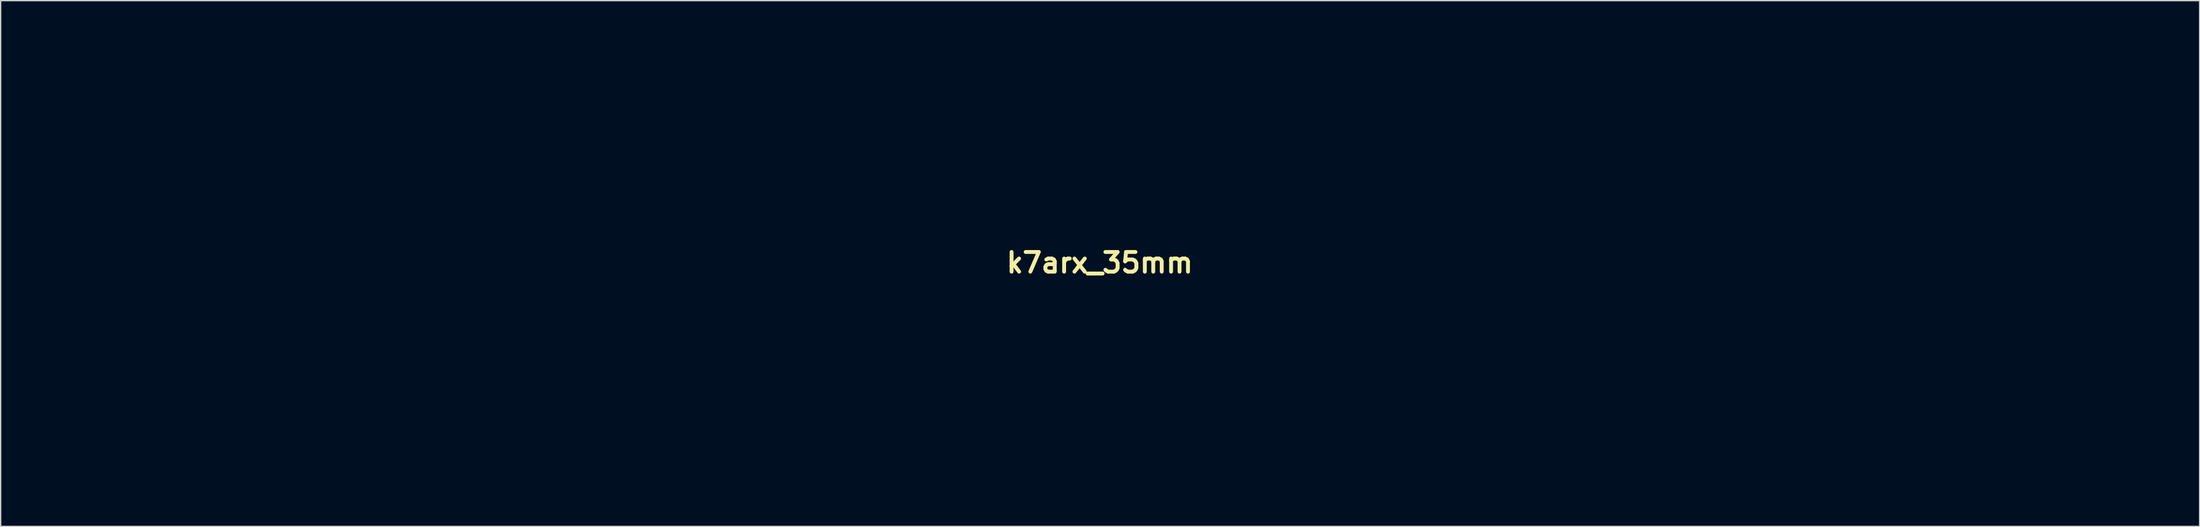
<source format=kicad_pcb>
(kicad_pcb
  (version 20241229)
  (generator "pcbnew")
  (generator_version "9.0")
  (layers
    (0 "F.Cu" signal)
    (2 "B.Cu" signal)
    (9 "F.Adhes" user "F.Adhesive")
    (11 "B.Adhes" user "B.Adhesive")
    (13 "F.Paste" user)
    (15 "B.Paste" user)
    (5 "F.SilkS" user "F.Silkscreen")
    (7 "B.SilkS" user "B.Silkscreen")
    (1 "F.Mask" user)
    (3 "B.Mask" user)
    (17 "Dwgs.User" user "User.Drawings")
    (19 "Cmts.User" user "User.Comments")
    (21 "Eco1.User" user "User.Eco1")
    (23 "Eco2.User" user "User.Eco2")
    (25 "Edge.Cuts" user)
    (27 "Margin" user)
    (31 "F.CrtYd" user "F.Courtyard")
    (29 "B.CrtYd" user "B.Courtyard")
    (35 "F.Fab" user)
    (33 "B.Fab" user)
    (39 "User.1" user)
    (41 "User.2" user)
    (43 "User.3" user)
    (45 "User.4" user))
  (footprint "k7arx_35mm"
    (layer "F.Cu")
    (at 82.01 17.307)
    (property "Reference" "k7arx_35mm" (at 0 0 0) (layer "F.SilkS") (effects (font (size 1.524 1.524) (thickness 0.3))))
    (attr through_hole)
    (fp_poly (pts (xy -44.886 -17) (xy -44.747 -16.991) (xy -44.555 -16.978) (xy -44.317 -16.959) (xy -44.043 -16.937) (xy -43.741 -16.912) (xy -43.419 -16.884) (xy -43.205 -16.865) (xy -42.537 -16.807) (xy -41.918 -16.755) (xy -41.339 -16.709) (xy -40.792 -16.67) (xy -40.268 -16.635) (xy -39.757 -16.606) (xy -39.252 -16.581) (xy -38.743 -16.561) (xy -38.221 -16.545) (xy -37.679 -16.532) (xy -37.106 -16.523) (xy -36.494 -16.517) (xy -35.835 -16.513) (xy -35.12 -16.511) (xy -34.706 -16.511) (xy -33.869 -16.512) (xy -33.094 -16.516) (xy -32.371 -16.523) (xy -31.692 -16.534) (xy -31.048 -16.547) (xy -30.431 -16.565) (xy -29.832 -16.587) (xy -29.243 -16.613) (xy -28.654 -16.644) (xy -28.057 -16.679) (xy -27.444 -16.72) (xy -26.876 -16.761) (xy -26.566 -16.784) (xy -26.276 -16.803) (xy -26.014 -16.82) (xy -25.787 -16.833) (xy -25.604 -16.841) (xy -25.472 -16.846) (xy -25.399 -16.845) (xy -25.389 -16.843) (xy -25.254 -16.772) (xy -25.107 -16.64) (xy -24.952 -16.451) (xy -24.794 -16.214) (xy -24.639 -15.933) (xy -24.622 -15.901) (xy -24.519 -15.679) (xy -24.414 -15.426) (xy -24.312 -15.153) (xy -24.215 -14.874) (xy -24.129 -14.601) (xy -24.058 -14.346) (xy -24.004 -14.121) (xy -23.972 -13.939) (xy -23.966 -13.844) (xy -23.975 -13.745) (xy -24.008 -13.643) (xy -24.069 -13.53) (xy -24.165 -13.398) (xy -24.3 -13.238) (xy -24.481 -13.04) (xy -24.513 -13.007) (xy -24.87 -12.628) (xy -25.189 -12.283) (xy -25.482 -11.959) (xy -25.763 -11.642) (xy -26.014 -11.353) (xy -27.015 -10.14) (xy -27.972 -8.883) (xy -28.883 -7.589) (xy -29.745 -6.263) (xy -30.554 -4.909) (xy -31.307 -3.534) (xy -32.002 -2.142) (xy -32.635 -0.739) (xy -33.204 0.671) (xy -33.562 1.662) (xy -33.95 2.845) (xy -34.288 4.009) (xy -34.579 5.167) (xy -34.827 6.334) (xy -35.034 7.522) (xy -35.204 8.747) (xy -35.325 9.866) (xy -35.34 10.07) (xy -35.353 10.327) (xy -35.365 10.628) (xy -35.374 10.964) (xy -35.382 11.326) (xy -35.387 11.704) (xy -35.39 12.09) (xy -35.391 12.473) (xy -35.389 12.844) (xy -35.386 13.195) (xy -35.38 13.515) (xy -35.371 13.796) (xy -35.361 14.028) (xy -35.348 14.203) (xy -35.343 14.239) (xy -35.299 14.555) (xy -35.243 14.892) (xy -35.177 15.233) (xy -35.107 15.56) (xy -35.035 15.854) (xy -34.965 16.097) (xy -34.964 16.103) (xy -34.889 16.366) (xy -34.839 16.605) (xy -34.821 16.758) (xy -34.815 16.9) (xy -34.821 16.995) (xy -34.842 17.066) (xy -34.883 17.136) (xy -34.887 17.141) (xy -34.974 17.241) (xy -35.078 17.326) (xy -35.091 17.334) (xy -35.112 17.346) (xy -35.136 17.356) (xy -35.167 17.365) (xy -35.208 17.373) (xy -35.264 17.38) (xy -35.34 17.386) (xy -35.439 17.391) (xy -35.566 17.395) (xy -35.725 17.399) (xy -35.92 17.401) (xy -36.156 17.404) (xy -36.436 17.406) (xy -36.765 17.407) (xy -37.147 17.408) (xy -37.586 17.409) (xy -38.086 17.41) (xy -38.652 17.411) (xy -38.677 17.411) (xy -39.166 17.412) (xy -39.636 17.412) (xy -40.083 17.411) (xy -40.502 17.41) (xy -40.888 17.409) (xy -41.235 17.407) (xy -41.54 17.404) (xy -41.797 17.402) (xy -42.002 17.399) (xy -42.149 17.396) (xy -42.233 17.392) (xy -42.251 17.39) (xy -42.419 17.318) (xy -42.577 17.196) (xy -42.705 17.043) (xy -42.785 16.877) (xy -42.787 16.871) (xy -42.806 16.753) (xy -42.818 16.566) (xy -42.821 16.311) (xy -42.817 15.99) (xy -42.805 15.604) (xy -42.788 15.202) (xy -42.684 13.737) (xy -42.513 12.253) (xy -42.277 10.751) (xy -41.973 9.232) (xy -41.604 7.697) (xy -41.17 6.147) (xy -40.67 4.583) (xy -40.105 3.006) (xy -39.475 1.417) (xy -38.781 -0.184) (xy -38.022 -1.795) (xy -37.2 -3.415) (xy -36.895 -3.988) (xy -36.427 -4.839) (xy -35.932 -5.703) (xy -35.417 -6.569) (xy -34.889 -7.427) (xy -34.355 -8.266) (xy -33.822 -9.074) (xy -33.296 -9.841) (xy -32.785 -10.557) (xy -32.645 -10.746) (xy -32.568 -10.855) (xy -32.515 -10.942) (xy -32.492 -10.993) (xy -32.493 -11) (xy -32.531 -11.004) (xy -32.634 -11.007) (xy -32.798 -11.01) (xy -33.016 -11.012) (xy -33.285 -11.015) (xy -33.599 -11.017) (xy -33.954 -11.018) (xy -34.345 -11.019) (xy -34.766 -11.02) (xy -35.213 -11.021) (xy -35.681 -11.021) (xy -36.165 -11.021) (xy -36.659 -11.02) (xy -37.161 -11.02) (xy -37.663 -11.019) (xy -38.162 -11.018) (xy -38.652 -11.016) (xy -39.128 -11.014) (xy -39.587 -11.012) (xy -40.022 -11.01) (xy -40.429 -11.007) (xy -40.802 -11.005) (xy -41.138 -11.002) (xy -41.431 -10.998) (xy -41.676 -10.995) (xy -41.868 -10.991) (xy -42.003 -10.988) (xy -42.053 -10.985) (xy -42.874 -10.913) (xy -43.646 -10.797) (xy -44.378 -10.637) (xy -45.078 -10.429) (xy -45.386 -10.32) (xy -45.541 -10.259) (xy -45.742 -10.174) (xy -45.972 -10.073) (xy -46.214 -9.964) (xy -46.45 -9.855) (xy -46.479 -9.841) (xy -46.778 -9.7) (xy -47.023 -9.587) (xy -47.221 -9.5) (xy -47.381 -9.435) (xy -47.51 -9.39) (xy -47.617 -9.362) (xy -47.71 -9.346) (xy -47.796 -9.341) (xy -47.805 -9.341) (xy -48.063 -9.366) (xy -48.286 -9.437) (xy -48.468 -9.548) (xy -48.602 -9.695) (xy -48.681 -9.872) (xy -48.701 -10.028) (xy -48.684 -10.223) (xy -48.635 -10.472) (xy -48.559 -10.768) (xy -48.456 -11.105) (xy -48.331 -11.477) (xy -48.185 -11.875) (xy -48.022 -12.295) (xy -47.845 -12.729) (xy -47.656 -13.169) (xy -47.458 -13.611) (xy -47.254 -14.046) (xy -47.047 -14.469) (xy -46.84 -14.871) (xy -46.636 -15.248) (xy -46.436 -15.591) (xy -46.245 -15.895) (xy -46.217 -15.937) (xy -46.005 -16.241) (xy -45.817 -16.486) (xy -45.645 -16.678) (xy -45.486 -16.82) (xy -45.332 -16.918) (xy -45.178 -16.977) (xy -45.019 -17.002) (xy -44.964 -17.003) (xy -44.886 -17)) (stroke (width 0.01) (type solid)) (fill yes) (layer "F.Mask"))
    (fp_poly (pts (xy -78.093 -16.741) (xy -77.672 -16.74) (xy -77.31 -16.74) (xy -77.003 -16.738) (xy -76.746 -16.736) (xy -76.533 -16.734) (xy -76.36 -16.73) (xy -76.221 -16.726) (xy -76.11 -16.72) (xy -76.024 -16.713) (xy -75.957 -16.705) (xy -75.904 -16.695) (xy -75.86 -16.684) (xy -75.844 -16.679) (xy -75.608 -16.579) (xy -75.42 -16.434) (xy -75.269 -16.235) (xy -75.22 -16.148) (xy -75.098 -15.908) (xy -75.102 -15.432) (xy -75.108 -15.219) (xy -75.12 -14.964) (xy -75.136 -14.696) (xy -75.157 -14.444) (xy -75.163 -14.379) (xy -75.2 -13.97) (xy -75.236 -13.528) (xy -75.27 -13.048) (xy -75.303 -12.525) (xy -75.336 -11.954) (xy -75.368 -11.331) (xy -75.4 -10.65) (xy -75.432 -9.907) (xy -75.448 -9.499) (xy -75.458 -9.236) (xy -75.468 -8.928) (xy -75.477 -8.583) (xy -75.487 -8.205) (xy -75.497 -7.801) (xy -75.506 -7.378) (xy -75.515 -6.942) (xy -75.524 -6.499) (xy -75.532 -6.055) (xy -75.539 -5.617) (xy -75.545 -5.19) (xy -75.551 -4.781) (xy -75.556 -4.397) (xy -75.559 -4.043) (xy -75.561 -3.725) (xy -75.563 -3.451) (xy -75.562 -3.226) (xy -75.56 -3.056) (xy -75.557 -2.948) (xy -75.556 -2.927) (xy -75.517 -2.699) (xy -75.448 -2.534) (xy -75.349 -2.431) (xy -75.22 -2.392) (xy -75.062 -2.416) (xy -74.876 -2.504) (xy -74.662 -2.655) (xy -74.661 -2.655) (xy -74.554 -2.744) (xy -74.403 -2.872) (xy -74.216 -3.034) (xy -74.001 -3.222) (xy -73.765 -3.429) (xy -73.517 -3.648) (xy -73.264 -3.873) (xy -73.015 -4.096) (xy -72.776 -4.31) (xy -72.557 -4.509) (xy -72.44 -4.616) (xy -71.891 -5.123) (xy -71.356 -5.623) (xy -70.831 -6.121) (xy -70.311 -6.62) (xy -69.793 -7.125) (xy -69.273 -7.64) (xy -68.747 -8.169) (xy -68.212 -8.716) (xy -67.662 -9.283) (xy -67.096 -9.877) (xy -66.508 -10.5) (xy -65.895 -11.157) (xy -65.253 -11.851) (xy -64.578 -12.586) (xy -63.866 -13.367) (xy -63.113 -14.197) (xy -63.044 -14.274) (xy -62.69 -14.666) (xy -62.378 -15.008) (xy -62.104 -15.306) (xy -61.864 -15.561) (xy -61.654 -15.778) (xy -61.47 -15.961) (xy -61.308 -16.113) (xy -61.163 -16.237) (xy -61.032 -16.338) (xy -60.91 -16.418) (xy -60.793 -16.481) (xy -60.677 -16.531) (xy -60.558 -16.572) (xy -60.432 -16.606) (xy -60.311 -16.634) (xy -60.261 -16.644) (xy -60.203 -16.652) (xy -60.132 -16.659) (xy -60.043 -16.666) (xy -59.931 -16.671) (xy -59.793 -16.675) (xy -59.624 -16.678) (xy -59.42 -16.681) (xy -59.176 -16.683) (xy -58.888 -16.684) (xy -58.551 -16.684) (xy -58.161 -16.684) (xy -57.713 -16.683) (xy -57.204 -16.682) (xy -56.73 -16.681) (xy -56.172 -16.679) (xy -55.679 -16.677) (xy -55.248 -16.676) (xy -54.874 -16.674) (xy -54.553 -16.672) (xy -54.28 -16.669) (xy -54.052 -16.666) (xy -53.864 -16.663) (xy -53.712 -16.659) (xy -53.591 -16.654) (xy -53.497 -16.648) (xy -53.426 -16.642) (xy -53.374 -16.635) (xy -53.337 -16.626) (xy -53.309 -16.617) (xy -53.291 -16.608) (xy -53.157 -16.498) (xy -53.072 -16.347) (xy -53.04 -16.169) (xy -53.063 -15.978) (xy -53.093 -15.891) (xy -53.132 -15.806) (xy -53.181 -15.72) (xy -53.245 -15.627) (xy -53.328 -15.523) (xy -53.435 -15.403) (xy -53.571 -15.262) (xy -53.74 -15.094) (xy -53.948 -14.895) (xy -54.198 -14.659) (xy -54.491 -14.386) (xy -55.417 -13.526) (xy -56.294 -12.709) (xy -57.128 -11.929) (xy -57.922 -11.185) (xy -58.681 -10.47) (xy -59.408 -9.781) (xy -60.109 -9.115) (xy -60.787 -8.467) (xy -61.447 -7.832) (xy -62.092 -7.208) (xy -62.728 -6.589) (xy -63.358 -5.972) (xy -63.987 -5.353) (xy -64.618 -4.727) (xy -65.257 -4.092) (xy -65.393 -3.956) (xy -65.719 -3.629) (xy -66.034 -3.313) (xy -66.333 -3.011) (xy -66.613 -2.728) (xy -66.869 -2.467) (xy -67.098 -2.233) (xy -67.296 -2.029) (xy -67.459 -1.86) (xy -67.583 -1.729) (xy -67.664 -1.64) (xy -67.695 -1.604) (xy -67.81 -1.433) (xy -67.873 -1.293) (xy -67.883 -1.167) (xy -67.839 -1.04) (xy -67.741 -0.895) (xy -67.67 -0.809) (xy -67.609 -0.738) (xy -67.51 -0.621) (xy -67.377 -0.465) (xy -67.219 -0.279) (xy -67.041 -0.07) (xy -66.85 0.156) (xy -66.673 0.365) (xy -66.11 1.027) (xy -65.559 1.675) (xy -65.023 2.303) (xy -64.504 2.91) (xy -64.006 3.49) (xy -63.531 4.041) (xy -63.083 4.56) (xy -62.664 5.043) (xy -62.277 5.486) (xy -61.926 5.886) (xy -61.614 6.24) (xy -61.342 6.544) (xy -61.297 6.595) (xy -60.312 7.674) (xy -59.355 8.694) (xy -58.422 9.657) (xy -57.51 10.567) (xy -56.617 11.427) (xy -55.737 12.24) (xy -54.869 13.009) (xy -54.009 13.737) (xy -53.302 14.312) (xy -53.191 14.399) (xy -53.041 14.519) (xy -52.866 14.658) (xy -52.681 14.805) (xy -52.547 14.912) (xy -52.262 15.148) (xy -52.005 15.377) (xy -51.784 15.592) (xy -51.606 15.787) (xy -51.478 15.955) (xy -51.447 16.003) (xy -51.344 16.232) (xy -51.288 16.473) (xy -51.285 16.704) (xy -51.289 16.738) (xy -51.344 16.954) (xy -51.433 17.121) (xy -51.57 17.253) (xy -51.71 17.34) (xy -51.731 17.351) (xy -51.758 17.36) (xy -51.793 17.368) (xy -51.842 17.375) (xy -51.907 17.381) (xy -51.994 17.386) (xy -52.105 17.391) (xy -52.245 17.395) (xy -52.418 17.399) (xy -52.627 17.402) (xy -52.877 17.404) (xy -53.172 17.406) (xy -53.515 17.408) (xy -53.911 17.41) (xy -54.364 17.412) (xy -54.876 17.413) (xy -55.453 17.415) (xy -55.716 17.415) (xy -56.424 17.417) (xy -57.064 17.418) (xy -57.635 17.417) (xy -58.139 17.416) (xy -58.576 17.414) (xy -58.948 17.412) (xy -59.256 17.408) (xy -59.499 17.404) (xy -59.68 17.398) (xy -59.798 17.392) (xy -59.844 17.388) (xy -60.02 17.347) (xy -60.212 17.284) (xy -60.336 17.231) (xy -60.499 17.137) (xy -60.669 17.005) (xy -60.852 16.83) (xy -61.054 16.608) (xy -61.279 16.331) (xy -61.436 16.127) (xy -61.9 15.516) (xy -62.376 14.899) (xy -62.866 14.273) (xy -63.373 13.636) (xy -63.899 12.984) (xy -64.448 12.313) (xy -65.022 11.621) (xy -65.624 10.904) (xy -66.256 10.16) (xy -66.922 9.384) (xy -67.623 8.574) (xy -68.363 7.727) (xy -69.144 6.839) (xy -69.97 5.906) (xy -70.711 5.073) (xy -71.043 4.701) (xy -71.332 4.379) (xy -71.582 4.101) (xy -71.797 3.864) (xy -71.981 3.665) (xy -72.136 3.5) (xy -72.267 3.364) (xy -72.378 3.254) (xy -72.471 3.166) (xy -72.55 3.096) (xy -72.62 3.041) (xy -72.683 2.996) (xy -72.683 2.996) (xy -72.764 2.946) (xy -72.836 2.916) (xy -72.908 2.908) (xy -72.989 2.925) (xy -73.086 2.972) (xy -73.207 3.052) (xy -73.36 3.168) (xy -73.554 3.324) (xy -73.682 3.429) (xy -74.049 3.734) (xy -74.364 4.003) (xy -74.63 4.242) (xy -74.852 4.456) (xy -75.035 4.651) (xy -75.182 4.831) (xy -75.297 5.003) (xy -75.386 5.172) (xy -75.451 5.342) (xy -75.498 5.521) (xy -75.529 5.711) (xy -75.541 5.808) (xy -75.549 5.941) (xy -75.553 6.139) (xy -75.553 6.396) (xy -75.549 6.708) (xy -75.542 7.068) (xy -75.531 7.472) (xy -75.518 7.914) (xy -75.501 8.389) (xy -75.482 8.892) (xy -75.46 9.418) (xy -75.435 9.961) (xy -75.409 10.516) (xy -75.381 11.078) (xy -75.351 11.641) (xy -75.32 12.201) (xy -75.287 12.752) (xy -75.253 13.289) (xy -75.238 13.522) (xy -75.203 14.05) (xy -75.173 14.513) (xy -75.148 14.916) (xy -75.127 15.264) (xy -75.112 15.562) (xy -75.102 15.815) (xy -75.097 16.028) (xy -75.097 16.205) (xy -75.103 16.352) (xy -75.114 16.473) (xy -75.129 16.574) (xy -75.151 16.659) (xy -75.177 16.733) (xy -75.209 16.802) (xy -75.247 16.87) (xy -75.266 16.902) (xy -75.406 17.075) (xy -75.599 17.225) (xy -75.829 17.341) (xy -75.885 17.361) (xy -75.94 17.368) (xy -76.059 17.375) (xy -76.234 17.381) (xy -76.458 17.387) (xy -76.724 17.393) (xy -77.025 17.397) (xy -77.355 17.402) (xy -77.706 17.405) (xy -78.071 17.408) (xy -78.445 17.41) (xy -78.818 17.412) (xy -79.186 17.413) (xy -79.54 17.413) (xy -79.873 17.412) (xy -80.18 17.41) (xy -80.453 17.407) (xy -80.684 17.404) (xy -80.868 17.399) (xy -80.996 17.394) (xy -81.055 17.388) (xy -81.328 17.315) (xy -81.565 17.185) (xy -81.76 17.004) (xy -81.905 16.776) (xy -81.942 16.691) (xy -81.967 16.621) (xy -81.985 16.554) (xy -81.997 16.478) (xy -82.004 16.382) (xy -82.005 16.254) (xy -82.003 16.083) (xy -81.997 15.857) (xy -81.995 15.779) (xy -81.986 15.508) (xy -81.972 15.194) (xy -81.956 14.863) (xy -81.939 14.542) (xy -81.922 14.274) (xy -81.886 13.707) (xy -81.851 13.077) (xy -81.815 12.393) (xy -81.78 11.661) (xy -81.746 10.89) (xy -81.713 10.086) (xy -81.681 9.258) (xy -81.651 8.413) (xy -81.623 7.559) (xy -81.597 6.703) (xy -81.574 5.853) (xy -81.553 5.016) (xy -81.535 4.199) (xy -81.521 3.412) (xy -81.515 3.061) (xy -81.496 0.948) (xy -81.5 -1.218) (xy -81.525 -3.422) (xy -81.573 -5.649) (xy -81.642 -7.886) (xy -81.732 -10.119) (xy -81.843 -12.333) (xy -81.924 -13.715) (xy -81.943 -14.045) (xy -81.961 -14.369) (xy -81.976 -14.677) (xy -81.987 -14.959) (xy -81.996 -15.204) (xy -82.001 -15.402) (xy -82.001 -15.543) (xy -82 -15.569) (xy -81.993 -15.753) (xy -81.981 -15.886) (xy -81.962 -15.985) (xy -81.933 -16.071) (xy -81.895 -16.148) (xy -81.742 -16.369) (xy -81.536 -16.545) (xy -81.321 -16.658) (xy -81.116 -16.741) (xy -78.579 -16.741) (xy -78.093 -16.741)) (stroke (width 0.01) (type solid)) (fill yes) (layer "F.Mask"))
    (fp_poly (pts (xy 26.289 -16.76) (xy 26.912 -16.759) (xy 27.525 -16.758) (xy 28.123 -16.757) (xy 28.703 -16.756) (xy 29.261 -16.754) (xy 29.793 -16.752) (xy 30.294 -16.75) (xy 30.761 -16.748) (xy 31.189 -16.745) (xy 31.575 -16.742) (xy 31.915 -16.739) (xy 32.204 -16.735) (xy 32.439 -16.731) (xy 32.616 -16.727) (xy 32.716 -16.723) (xy 33.343 -16.688) (xy 33.915 -16.646) (xy 34.444 -16.595) (xy 34.945 -16.535) (xy 35.43 -16.463) (xy 35.914 -16.379) (xy 36.053 -16.353) (xy 36.949 -16.153) (xy 37.788 -15.912) (xy 38.572 -15.629) (xy 39.3 -15.306) (xy 39.972 -14.941) (xy 40.587 -14.535) (xy 41.146 -14.088) (xy 41.649 -13.6) (xy 42.095 -13.072) (xy 42.484 -12.502) (xy 42.817 -11.892) (xy 42.921 -11.666) (xy 43.126 -11.145) (xy 43.301 -10.585) (xy 43.44 -10.012) (xy 43.503 -9.674) (xy 43.549 -9.373) (xy 43.585 -9.116) (xy 43.61 -8.883) (xy 43.627 -8.655) (xy 43.637 -8.413) (xy 43.642 -8.136) (xy 43.643 -7.854) (xy 43.629 -7.243) (xy 43.586 -6.68) (xy 43.513 -6.15) (xy 43.405 -5.636) (xy 43.263 -5.123) (xy 43.236 -5.038) (xy 42.977 -4.333) (xy 42.659 -3.648) (xy 42.279 -2.981) (xy 41.837 -2.327) (xy 41.329 -1.684) (xy 40.754 -1.048) (xy 40.549 -0.84) (xy 40.163 -0.465) (xy 39.765 -0.099) (xy 39.348 0.262) (xy 38.905 0.624) (xy 38.429 0.992) (xy 37.914 1.372) (xy 37.352 1.769) (xy 36.738 2.188) (xy 36.427 2.395) (xy 36.203 2.545) (xy 35.997 2.685) (xy 35.816 2.811) (xy 35.668 2.916) (xy 35.56 2.997) (xy 35.501 3.046) (xy 35.494 3.054) (xy 35.447 3.178) (xy 35.449 3.331) (xy 35.498 3.496) (xy 35.538 3.573) (xy 35.562 3.612) (xy 35.596 3.664) (xy 35.645 3.734) (xy 35.708 3.824) (xy 35.79 3.937) (xy 35.891 4.076) (xy 36.015 4.245) (xy 36.163 4.446) (xy 36.338 4.683) (xy 36.542 4.957) (xy 36.777 5.274) (xy 37.045 5.635) (xy 37.35 6.044) (xy 37.692 6.503) (xy 37.979 6.888) (xy 38.367 7.408) (xy 38.722 7.879) (xy 39.048 8.307) (xy 39.351 8.7) (xy 39.637 9.066) (xy 39.913 9.413) (xy 40.184 9.746) (xy 40.456 10.076) (xy 40.735 10.407) (xy 41.027 10.749) (xy 41.119 10.856) (xy 41.491 11.281) (xy 41.892 11.728) (xy 42.314 12.188) (xy 42.75 12.655) (xy 43.192 13.119) (xy 43.632 13.572) (xy 44.062 14.007) (xy 44.475 14.416) (xy 44.861 14.789) (xy 45.215 15.119) (xy 45.336 15.229) (xy 45.603 15.482) (xy 45.828 15.721) (xy 46.008 15.942) (xy 46.137 16.138) (xy 46.212 16.304) (xy 46.215 16.316) (xy 46.242 16.473) (xy 46.245 16.649) (xy 46.243 16.683) (xy 46.193 16.925) (xy 46.093 17.118) (xy 45.941 17.264) (xy 45.739 17.361) (xy 45.638 17.388) (xy 45.575 17.395) (xy 45.453 17.401) (xy 45.27 17.406) (xy 45.027 17.41) (xy 44.721 17.413) (xy 44.351 17.416) (xy 43.917 17.417) (xy 43.417 17.418) (xy 42.849 17.417) (xy 42.214 17.416) (xy 41.842 17.415) (xy 38.222 17.405) (xy 38.015 17.326) (xy 37.772 17.221) (xy 37.571 17.099) (xy 37.384 16.944) (xy 37.338 16.899) (xy 37.258 16.819) (xy 37.181 16.738) (xy 37.104 16.652) (xy 37.023 16.555) (xy 36.935 16.443) (xy 36.836 16.311) (xy 36.722 16.154) (xy 36.59 15.966) (xy 36.436 15.743) (xy 36.256 15.48) (xy 36.048 15.172) (xy 35.806 14.813) (xy 35.632 14.554) (xy 35.077 13.731) (xy 34.549 12.958) (xy 34.042 12.225) (xy 33.548 11.521) (xy 33.058 10.836) (xy 32.567 10.161) (xy 32.067 9.483) (xy 31.549 8.794) (xy 31.008 8.083) (xy 30.434 7.34) (xy 30.31 7.18) (xy 30.053 6.854) (xy 29.83 6.583) (xy 29.636 6.362) (xy 29.468 6.188) (xy 29.321 6.057) (xy 29.191 5.965) (xy 29.074 5.907) (xy 28.965 5.881) (xy 28.914 5.878) (xy 28.823 5.888) (xy 28.675 5.919) (xy 28.476 5.967) (xy 28.236 6.03) (xy 27.963 6.105) (xy 27.666 6.191) (xy 27.352 6.284) (xy 27.029 6.383) (xy 26.707 6.486) (xy 26.394 6.589) (xy 26.21 6.651) (xy 26.053 6.704) (xy 25.919 6.747) (xy 25.824 6.777) (xy 25.781 6.787) (xy 25.776 6.753) (xy 25.771 6.653) (xy 25.766 6.493) (xy 25.762 6.276) (xy 25.759 6.007) (xy 25.756 5.691) (xy 25.753 5.332) (xy 25.751 4.935) (xy 25.75 4.505) (xy 25.75 4.046) (xy 25.75 1.304) (xy 26.371 1.103) (xy 27.344 0.772) (xy 28.299 0.415) (xy 29.226 0.036) (xy 30.116 -0.36) (xy 30.957 -0.769) (xy 31.74 -1.188) (xy 31.855 -1.253) (xy 32.671 -1.743) (xy 33.423 -2.246) (xy 34.111 -2.762) (xy 34.732 -3.29) (xy 35.288 -3.829) (xy 35.776 -4.379) (xy 36.197 -4.939) (xy 36.55 -5.509) (xy 36.788 -5.983) (xy 36.99 -6.498) (xy 37.133 -7.011) (xy 37.217 -7.516) (xy 37.243 -8.009) (xy 37.211 -8.485) (xy 37.121 -8.94) (xy 36.974 -9.368) (xy 36.771 -9.765) (xy 36.511 -10.125) (xy 36.413 -10.236) (xy 36.079 -10.544) (xy 35.69 -10.815) (xy 35.251 -11.047) (xy 34.768 -11.237) (xy 34.246 -11.382) (xy 34.148 -11.404) (xy 34.022 -11.429) (xy 33.902 -11.452) (xy 33.783 -11.473) (xy 33.661 -11.491) (xy 33.532 -11.507) (xy 33.392 -11.521) (xy 33.237 -11.533) (xy 33.061 -11.543) (xy 32.862 -11.552) (xy 32.634 -11.559) (xy 32.373 -11.565) (xy 32.075 -11.57) (xy 31.736 -11.573) (xy 31.352 -11.576) (xy 30.917 -11.578) (xy 30.429 -11.579) (xy 29.882 -11.58) (xy 29.273 -11.58) (xy 28.791 -11.58) (xy 28.154 -11.58) (xy 27.583 -11.58) (xy 27.074 -11.58) (xy 26.623 -11.58) (xy 26.227 -11.578) (xy 25.882 -11.576) (xy 25.585 -11.573) (xy 25.33 -11.569) (xy 25.115 -11.563) (xy 24.935 -11.556) (xy 24.787 -11.546) (xy 24.668 -11.535) (xy 24.572 -11.522) (xy 24.496 -11.505) (xy 24.437 -11.487) (xy 24.391 -11.465) (xy 24.354 -11.441) (xy 24.321 -11.413) (xy 24.29 -11.382) (xy 24.256 -11.347) (xy 24.25 -11.34) (xy 24.228 -11.32) (xy 24.207 -11.304) (xy 24.187 -11.289) (xy 24.169 -11.274) (xy 24.153 -11.257) (xy 24.137 -11.234) (xy 24.123 -11.203) (xy 24.11 -11.162) (xy 24.098 -11.11) (xy 24.087 -11.042) (xy 24.077 -10.958) (xy 24.068 -10.854) (xy 24.06 -10.729) (xy 24.053 -10.579) (xy 24.047 -10.404) (xy 24.042 -10.2) (xy 24.037 -9.964) (xy 24.033 -9.696) (xy 24.029 -9.392) (xy 24.026 -9.05) (xy 24.024 -8.667) (xy 24.022 -8.242) (xy 24.021 -7.772) (xy 24.019 -7.254) (xy 24.019 -6.687) (xy 24.018 -6.067) (xy 24.018 -5.394) (xy 24.018 -4.663) (xy 24.018 -3.874) (xy 24.018 -3.023) (xy 24.018 -2.108) (xy 24.018 -1.128) (xy 24.018 -0.437) (xy 24.018 0.613) (xy 24.018 1.596) (xy 24.018 2.514) (xy 24.018 3.372) (xy 24.019 4.173) (xy 24.019 4.918) (xy 24.02 5.611) (xy 24.021 6.255) (xy 24.023 6.853) (xy 24.025 7.409) (xy 24.027 7.924) (xy 24.03 8.403) (xy 24.033 8.847) (xy 24.037 9.261) (xy 24.042 9.647) (xy 24.047 10.007) (xy 24.053 10.346) (xy 24.06 10.667) (xy 24.067 10.971) (xy 24.075 11.262) (xy 24.085 11.543) (xy 24.095 11.818) (xy 24.106 12.089) (xy 24.118 12.358) (xy 24.132 12.63) (xy 24.146 12.907) (xy 24.162 13.193) (xy 24.178 13.489) (xy 24.197 13.8) (xy 24.216 14.127) (xy 24.237 14.475) (xy 24.249 14.677) (xy 24.272 15.086) (xy 24.29 15.433) (xy 24.302 15.724) (xy 24.308 15.965) (xy 24.307 16.165) (xy 24.3 16.328) (xy 24.287 16.464) (xy 24.266 16.577) (xy 24.238 16.676) (xy 24.203 16.766) (xy 24.194 16.787) (xy 24.069 16.999) (xy 23.904 17.165) (xy 23.687 17.294) (xy 23.623 17.322) (xy 23.423 17.405) (xy 20.747 17.411) (xy 20.316 17.411) (xy 19.901 17.411) (xy 19.51 17.41) (xy 19.147 17.409) (xy 18.819 17.407) (xy 18.531 17.404) (xy 18.289 17.401) (xy 18.099 17.398) (xy 17.967 17.394) (xy 17.898 17.39) (xy 17.895 17.389) (xy 17.623 17.318) (xy 17.387 17.197) (xy 17.196 17.032) (xy 17.055 16.828) (xy 16.991 16.662) (xy 16.97 16.577) (xy 16.955 16.483) (xy 16.944 16.372) (xy 16.938 16.237) (xy 16.937 16.071) (xy 16.941 15.869) (xy 16.95 15.623) (xy 16.964 15.326) (xy 16.983 14.972) (xy 17.003 14.63) (xy 17.068 13.487) (xy 17.128 12.405) (xy 17.181 11.375) (xy 17.228 10.387) (xy 17.269 9.434) (xy 17.304 8.505) (xy 17.335 7.592) (xy 17.36 6.687) (xy 17.38 5.779) (xy 17.396 4.86) (xy 17.407 3.922) (xy 17.414 2.955) (xy 17.417 1.951) (xy 17.417 0.899) (xy 17.413 -0.207) (xy 17.412 -0.507) (xy 17.407 -1.33) (xy 17.402 -2.09) (xy 17.395 -2.796) (xy 17.388 -3.457) (xy 17.379 -4.079) (xy 17.368 -4.671) (xy 17.356 -5.242) (xy 17.342 -5.798) (xy 17.325 -6.348) (xy 17.307 -6.9) (xy 17.285 -7.461) (xy 17.261 -8.041) (xy 17.234 -8.647) (xy 17.203 -9.286) (xy 17.169 -9.967) (xy 17.143 -10.461) (xy 17.11 -11.106) (xy 17.08 -11.685) (xy 17.053 -12.204) (xy 17.03 -12.665) (xy 17.01 -13.074) (xy 16.993 -13.435) (xy 16.978 -13.752) (xy 16.966 -14.029) (xy 16.957 -14.271) (xy 16.949 -14.482) (xy 16.944 -14.667) (xy 16.94 -14.83) (xy 16.938 -14.974) (xy 16.938 -15.105) (xy 16.939 -15.227) (xy 16.941 -15.344) (xy 16.941 -15.353) (xy 16.947 -15.584) (xy 16.954 -15.758) (xy 16.964 -15.886) (xy 16.978 -15.981) (xy 16.998 -16.056) (xy 17.024 -16.123) (xy 17.027 -16.129) (xy 17.165 -16.348) (xy 17.357 -16.522) (xy 17.6 -16.65) (xy 17.836 -16.719) (xy 17.892 -16.723) (xy 18.014 -16.728) (xy 18.197 -16.732) (xy 18.439 -16.735) (xy 18.735 -16.739) (xy 19.08 -16.742) (xy 19.472 -16.745) (xy 19.905 -16.748) (xy 20.376 -16.75) (xy 20.882 -16.752) (xy 21.417 -16.754) (xy 21.977 -16.756) (xy 22.56 -16.757) (xy 23.16 -16.758) (xy 23.774 -16.759) (xy 24.398 -16.759) (xy 25.028 -16.76) (xy 25.66 -16.76) (xy 26.289 -16.76)) (stroke (width 0.01) (type solid)) (fill yes) (layer "F.Mask"))
    (fp_poly (pts (xy 56.611 -16.741) (xy 57.017 -16.74) (xy 57.37 -16.738) (xy 57.673 -16.735) (xy 57.932 -16.731) (xy 58.151 -16.724) (xy 58.333 -16.715) (xy 58.483 -16.704) (xy 58.605 -16.689) (xy 58.703 -16.672) (xy 58.782 -16.651) (xy 58.846 -16.626) (xy 58.898 -16.597) (xy 58.944 -16.564) (xy 58.987 -16.525) (xy 59.032 -16.482) (xy 59.082 -16.433) (xy 59.083 -16.432) (xy 59.142 -16.375) (xy 59.199 -16.315) (xy 59.256 -16.248) (xy 59.318 -16.167) (xy 59.388 -16.067) (xy 59.471 -15.941) (xy 59.572 -15.783) (xy 59.693 -15.587) (xy 59.839 -15.348) (xy 60.014 -15.058) (xy 60.155 -14.823) (xy 60.343 -14.511) (xy 60.501 -14.248) (xy 60.638 -14.022) (xy 60.76 -13.822) (xy 60.875 -13.635) (xy 60.988 -13.451) (xy 61.108 -13.258) (xy 61.241 -13.044) (xy 61.386 -12.814) (xy 61.499 -12.633) (xy 61.607 -12.46) (xy 61.701 -12.309) (xy 61.773 -12.194) (xy 61.801 -12.149) (xy 61.864 -12.05) (xy 61.962 -11.898) (xy 62.091 -11.701) (xy 62.247 -11.465) (xy 62.425 -11.194) (xy 62.623 -10.897) (xy 62.835 -10.578) (xy 63.057 -10.244) (xy 63.287 -9.901) (xy 63.518 -9.556) (xy 63.748 -9.213) (xy 63.971 -8.88) (xy 64.185 -8.562) (xy 64.385 -8.266) (xy 64.567 -7.998) (xy 64.727 -7.763) (xy 64.808 -7.644) (xy 64.987 -7.386) (xy 65.159 -7.141) (xy 65.319 -6.916) (xy 65.462 -6.72) (xy 65.582 -6.558) (xy 65.675 -6.439) (xy 65.735 -6.369) (xy 65.744 -6.36) (xy 65.872 -6.26) (xy 65.993 -6.204) (xy 66.114 -6.196) (xy 66.238 -6.238) (xy 66.371 -6.333) (xy 66.518 -6.484) (xy 66.684 -6.693) (xy 66.874 -6.962) (xy 66.876 -6.965) (xy 66.978 -7.115) (xy 67.107 -7.304) (xy 67.252 -7.517) (xy 67.401 -7.734) (xy 67.52 -7.906) (xy 68.135 -8.804) (xy 68.713 -9.659) (xy 69.262 -10.482) (xy 69.788 -11.286) (xy 70.299 -12.08) (xy 70.802 -12.876) (xy 71.304 -13.685) (xy 71.814 -14.52) (xy 72.03 -14.877) (xy 72.188 -15.139) (xy 72.34 -15.388) (xy 72.482 -15.619) (xy 72.608 -15.821) (xy 72.713 -15.987) (xy 72.792 -16.109) (xy 72.837 -16.176) (xy 73.033 -16.404) (xy 73.236 -16.568) (xy 73.455 -16.672) (xy 73.463 -16.675) (xy 73.499 -16.686) (xy 73.539 -16.696) (xy 73.587 -16.704) (xy 73.647 -16.711) (xy 73.725 -16.718) (xy 73.824 -16.723) (xy 73.948 -16.727) (xy 74.102 -16.731) (xy 74.29 -16.734) (xy 74.517 -16.736) (xy 74.787 -16.738) (xy 75.103 -16.739) (xy 75.471 -16.74) (xy 75.895 -16.741) (xy 76.378 -16.741) (xy 76.926 -16.741) (xy 77.127 -16.741) (xy 80.591 -16.741) (xy 80.745 -16.653) (xy 80.897 -16.538) (xy 80.987 -16.397) (xy 81.02 -16.22) (xy 81.017 -16.124) (xy 81.008 -16.037) (xy 80.994 -15.953) (xy 80.972 -15.869) (xy 80.939 -15.779) (xy 80.892 -15.679) (xy 80.829 -15.564) (xy 80.747 -15.431) (xy 80.642 -15.274) (xy 80.511 -15.09) (xy 80.353 -14.874) (xy 80.163 -14.621) (xy 79.939 -14.327) (xy 79.679 -13.987) (xy 79.378 -13.597) (xy 79.327 -13.531) (xy 79.074 -13.204) (xy 78.828 -12.885) (xy 78.592 -12.579) (xy 78.371 -12.293) (xy 78.17 -12.032) (xy 77.993 -11.802) (xy 77.844 -11.608) (xy 77.727 -11.457) (xy 77.647 -11.353) (xy 77.63 -11.329) (xy 77.509 -11.171) (xy 77.363 -10.98) (xy 77.209 -10.778) (xy 77.063 -10.588) (xy 77.042 -10.56) (xy 76.791 -10.231) (xy 76.504 -9.853) (xy 76.187 -9.434) (xy 75.847 -8.981) (xy 75.487 -8.502) (xy 75.115 -8.005) (xy 74.735 -7.497) (xy 74.354 -6.985) (xy 73.976 -6.478) (xy 73.609 -5.983) (xy 73.257 -5.507) (xy 72.925 -5.058) (xy 72.621 -4.644) (xy 72.349 -4.272) (xy 72.333 -4.251) (xy 72.179 -4.039) (xy 72.023 -3.825) (xy 71.875 -3.623) (xy 71.745 -3.445) (xy 71.643 -3.306) (xy 71.617 -3.271) (xy 71.509 -3.125) (xy 71.376 -2.942) (xy 71.232 -2.744) (xy 71.093 -2.551) (xy 71.058 -2.502) (xy 70.934 -2.33) (xy 70.814 -2.164) (xy 70.708 -2.017) (xy 70.627 -1.906) (xy 70.602 -1.872) (xy 70.325 -1.494) (xy 70.093 -1.17) (xy 69.904 -0.901) (xy 69.759 -0.685) (xy 69.657 -0.523) (xy 69.599 -0.415) (xy 69.586 -0.38) (xy 69.568 -0.274) (xy 69.575 -0.165) (xy 69.609 -0.043) (xy 69.675 0.1) (xy 69.777 0.273) (xy 69.919 0.484) (xy 70.034 0.647) (xy 70.166 0.831) (xy 70.327 1.055) (xy 70.505 1.303) (xy 70.69 1.56) (xy 70.868 1.809) (xy 70.951 1.924) (xy 71.551 2.756) (xy 72.169 3.608) (xy 72.802 4.472) (xy 73.444 5.342) (xy 74.088 6.21) (xy 74.73 7.07) (xy 75.365 7.914) (xy 75.987 8.734) (xy 76.59 9.525) (xy 77.17 10.278) (xy 77.721 10.986) (xy 78.174 11.563) (xy 78.616 12.12) (xy 79.063 12.68) (xy 79.508 13.236) (xy 79.945 13.779) (xy 80.367 14.3) (xy 80.768 14.791) (xy 81.139 15.243) (xy 81.476 15.649) (xy 81.497 15.674) (xy 81.69 15.926) (xy 81.849 16.174) (xy 81.917 16.304) (xy 81.988 16.457) (xy 82.031 16.575) (xy 82.052 16.68) (xy 82.06 16.798) (xy 82.06 16.84) (xy 82.058 16.968) (xy 82.046 17.051) (xy 82.014 17.112) (xy 81.953 17.178) (xy 81.917 17.212) (xy 81.777 17.317) (xy 81.619 17.377) (xy 81.582 17.386) (xy 81.522 17.393) (xy 81.416 17.399) (xy 81.262 17.405) (xy 81.057 17.409) (xy 80.799 17.413) (xy 80.485 17.415) (xy 80.113 17.417) (xy 79.681 17.418) (xy 79.186 17.418) (xy 78.625 17.417) (xy 78.034 17.416) (xy 74.678 17.406) (xy 74.47 17.322) (xy 74.256 17.205) (xy 74.048 17.035) (xy 73.866 16.828) (xy 73.805 16.741) (xy 73.755 16.662) (xy 73.676 16.533) (xy 73.574 16.366) (xy 73.455 16.171) (xy 73.326 15.959) (xy 73.237 15.811) (xy 73.107 15.596) (xy 72.984 15.394) (xy 72.874 15.214) (xy 72.784 15.067) (xy 72.72 14.962) (xy 72.693 14.919) (xy 72.64 14.836) (xy 72.561 14.71) (xy 72.467 14.558) (xy 72.368 14.398) (xy 72.367 14.397) (xy 72.127 14.012) (xy 71.852 13.58) (xy 71.549 13.11) (xy 71.224 12.611) (xy 70.882 12.093) (xy 70.531 11.565) (xy 70.177 11.036) (xy 69.825 10.516) (xy 69.482 10.014) (xy 69.155 9.539) (xy 69.029 9.359) (xy 68.929 9.216) (xy 68.799 9.03) (xy 68.649 8.816) (xy 68.489 8.586) (xy 68.329 8.357) (xy 68.259 8.257) (xy 68.096 8.024) (xy 67.923 7.778) (xy 67.752 7.536) (xy 67.594 7.312) (xy 67.46 7.124) (xy 67.419 7.067) (xy 67.269 6.857) (xy 67.098 6.617) (xy 66.925 6.374) (xy 66.771 6.157) (xy 66.747 6.123) (xy 66.63 5.959) (xy 66.521 5.812) (xy 66.43 5.692) (xy 66.365 5.612) (xy 66.341 5.586) (xy 66.226 5.524) (xy 66.081 5.501) (xy 65.937 5.521) (xy 65.885 5.542) (xy 65.815 5.596) (xy 65.723 5.692) (xy 65.625 5.811) (xy 65.591 5.857) (xy 65.533 5.939) (xy 65.439 6.072) (xy 65.314 6.248) (xy 65.164 6.461) (xy 64.992 6.703) (xy 64.805 6.969) (xy 64.606 7.25) (xy 64.401 7.541) (xy 64.194 7.834) (xy 63.99 8.123) (xy 63.795 8.4) (xy 63.612 8.66) (xy 63.447 8.894) (xy 63.394 8.969) (xy 62.363 10.456) (xy 61.357 11.956) (xy 60.383 13.454) (xy 59.452 14.935) (xy 58.936 15.779) (xy 58.808 15.99) (xy 58.683 16.196) (xy 58.569 16.382) (xy 58.473 16.538) (xy 58.403 16.65) (xy 58.386 16.677) (xy 58.204 16.919) (xy 57.998 17.121) (xy 57.78 17.271) (xy 57.674 17.321) (xy 57.465 17.406) (xy 54.071 17.411) (xy 53.588 17.412) (xy 53.123 17.412) (xy 52.681 17.411) (xy 52.268 17.41) (xy 51.888 17.409) (xy 51.546 17.407) (xy 51.248 17.405) (xy 50.997 17.402) (xy 50.8 17.399) (xy 50.661 17.396) (xy 50.584 17.392) (xy 50.573 17.391) (xy 50.362 17.312) (xy 50.21 17.194) (xy 50.117 17.04) (xy 50.084 16.85) (xy 50.113 16.627) (xy 50.115 16.618) (xy 50.156 16.481) (xy 50.208 16.348) (xy 50.278 16.211) (xy 50.371 16.061) (xy 50.493 15.888) (xy 50.649 15.685) (xy 50.844 15.444) (xy 50.943 15.324) (xy 51.801 14.28) (xy 52.688 13.183) (xy 53.598 12.041) (xy 54.524 10.862) (xy 55.459 9.655) (xy 56.398 8.427) (xy 57.335 7.186) (xy 57.621 6.805) (xy 57.878 6.46) (xy 58.102 6.16) (xy 58.298 5.896) (xy 58.476 5.657) (xy 58.642 5.433) (xy 58.805 5.213) (xy 58.971 4.987) (xy 59.149 4.745) (xy 59.346 4.477) (xy 59.569 4.172) (xy 59.719 3.967) (xy 59.856 3.78) (xy 60.001 3.582) (xy 60.139 3.394) (xy 60.256 3.235) (xy 60.281 3.201) (xy 60.395 3.046) (xy 60.532 2.857) (xy 60.674 2.66) (xy 60.8 2.484) (xy 60.935 2.294) (xy 61.092 2.075) (xy 61.251 1.853) (xy 61.392 1.657) (xy 61.637 1.317) (xy 61.843 1.029) (xy 62.016 0.788) (xy 62.157 0.588) (xy 62.271 0.425) (xy 62.36 0.294) (xy 62.428 0.189) (xy 62.477 0.106) (xy 62.513 0.039) (xy 62.536 -0.016) (xy 62.552 -0.065) (xy 62.563 -0.112) (xy 62.568 -0.141) (xy 62.575 -0.256) (xy 62.552 -0.379) (xy 62.494 -0.52) (xy 62.397 -0.689) (xy 62.258 -0.895) (xy 62.206 -0.967) (xy 62.065 -1.161) (xy 61.906 -1.378) (xy 61.751 -1.593) (xy 61.627 -1.763) (xy 61.547 -1.873) (xy 61.432 -2.031) (xy 61.287 -2.231) (xy 61.118 -2.464) (xy 60.929 -2.724) (xy 60.727 -3.001) (xy 60.517 -3.29) (xy 60.304 -3.582) (xy 60.095 -3.869) (xy 59.894 -4.145) (xy 59.708 -4.4) (xy 59.542 -4.629) (xy 59.401 -4.822) (xy 59.291 -4.973) (xy 59.276 -4.993) (xy 59.121 -5.205) (xy 58.931 -5.463) (xy 58.711 -5.76) (xy 58.466 -6.09) (xy 58.2 -6.447) (xy 57.919 -6.825) (xy 57.626 -7.217) (xy 57.327 -7.617) (xy 57.027 -8.018) (xy 56.729 -8.416) (xy 56.439 -8.802) (xy 56.162 -9.171) (xy 55.901 -9.517) (xy 55.663 -9.833) (xy 55.451 -10.112) (xy 55.271 -10.35) (xy 55.126 -10.539) (xy 55.101 -10.571) (xy 54.998 -10.705) (xy 54.864 -10.88) (xy 54.711 -11.08) (xy 54.549 -11.292) (xy 54.39 -11.5) (xy 54.369 -11.528) (xy 54.191 -11.76) (xy 53.991 -12.021) (xy 53.785 -12.29) (xy 53.589 -12.544) (xy 53.441 -12.735) (xy 53.29 -12.931) (xy 53.108 -13.167) (xy 52.908 -13.426) (xy 52.702 -13.693) (xy 52.501 -13.953) (xy 52.374 -14.118) (xy 52.207 -14.335) (xy 52.044 -14.545) (xy 51.894 -14.739) (xy 51.763 -14.907) (xy 51.66 -15.038) (xy 51.592 -15.125) (xy 51.591 -15.126) (xy 51.494 -15.263) (xy 51.388 -15.432) (xy 51.294 -15.602) (xy 51.276 -15.639) (xy 51.205 -15.793) (xy 51.162 -15.911) (xy 51.14 -16.016) (xy 51.133 -16.132) (xy 51.133 -16.164) (xy 51.147 -16.344) (xy 51.195 -16.477) (xy 51.286 -16.577) (xy 51.424 -16.66) (xy 51.587 -16.741) (xy 55.033 -16.741) (xy 55.624 -16.741) (xy 56.148 -16.741) (xy 56.611 -16.741)) (stroke (width 0.01) (type solid)) (fill yes) (layer "F.Mask"))
    (fp_poly (pts (xy -4.336 -17.299) (xy -4.066 -17.291) (xy -3.825 -17.278) (xy -3.627 -17.259) (xy -3.499 -17.238) (xy -3.141 -17.127) (xy -2.821 -16.964) (xy -2.545 -16.753) (xy -2.32 -16.5) (xy -2.238 -16.376) (xy -2.189 -16.285) (xy -2.116 -16.14) (xy -2.025 -15.951) (xy -1.921 -15.728) (xy -1.807 -15.482) (xy -1.689 -15.221) (xy -1.64 -15.111) (xy -1.51 -14.82) (xy -1.373 -14.512) (xy -1.236 -14.204) (xy -1.105 -13.912) (xy -0.988 -13.651) (xy -0.892 -13.436) (xy -0.884 -13.417) (xy -0.784 -13.194) (xy -0.684 -12.97) (xy -0.591 -12.763) (xy -0.513 -12.587) (xy -0.456 -12.458) (xy -0.455 -12.455) (xy -0.38 -12.287) (xy -0.291 -12.088) (xy -0.203 -11.89) (xy -0.166 -11.808) (xy -0.101 -11.665) (xy -0.016 -11.474) (xy 0.083 -11.253) (xy 0.188 -11.019) (xy 0.292 -10.788) (xy 0.297 -10.776) (xy 0.4 -10.546) (xy 0.505 -10.313) (xy 0.603 -10.093) (xy 0.688 -9.903) (xy 0.753 -9.76) (xy 0.756 -9.752) (xy 0.843 -9.559) (xy 0.942 -9.34) (xy 1.035 -9.133) (xy 1.063 -9.07) (xy 1.126 -8.93) (xy 1.21 -8.742) (xy 1.308 -8.524) (xy 1.412 -8.291) (xy 1.516 -8.061) (xy 1.522 -8.047) (xy 1.667 -7.722) (xy 1.796 -7.435) (xy 1.918 -7.164) (xy 2.042 -6.888) (xy 2.178 -6.584) (xy 2.292 -6.333) (xy 2.48 -5.915) (xy 2.574 -5.704) (xy 2.606 -5.633) (xy 2.794 -5.215) (xy 2.889 -5.005) (xy 2.921 -4.933) (xy 3.109 -4.515) (xy 3.204 -4.305) (xy 3.236 -4.233) (xy 3.424 -3.816) (xy 3.519 -3.605) (xy 3.551 -3.534) (xy 3.639 -3.338) (xy 3.739 -3.116) (xy 3.834 -2.905) (xy 3.866 -2.834) (xy 3.954 -2.638) (xy 4.054 -2.416) (xy 4.149 -2.206) (xy 4.181 -2.134) (xy 4.268 -1.94) (xy 4.366 -1.722) (xy 4.459 -1.515) (xy 4.491 -1.443) (xy 4.55 -1.314) (xy 4.631 -1.134) (xy 4.729 -0.918) (xy 4.837 -0.68) (xy 4.949 -0.433) (xy 5.019 -0.28) (xy 5.129 -0.038) (xy 5.238 0.201) (xy 5.339 0.424) (xy 5.427 0.618) (xy 5.496 0.769) (xy 5.528 0.84) (xy 5.58 0.956) (xy 5.656 1.123) (xy 5.749 1.328) (xy 5.853 1.558) (xy 5.963 1.799) (xy 6.036 1.959) (xy 6.157 2.224) (xy 6.285 2.507) (xy 6.413 2.79) (xy 6.533 3.053) (xy 6.635 3.279) (xy 6.671 3.359) (xy 6.769 3.575) (xy 6.87 3.797) (xy 6.965 4.007) (xy 7.046 4.184) (xy 7.084 4.268) (xy 7.149 4.41) (xy 7.235 4.598) (xy 7.333 4.814) (xy 7.437 5.041) (xy 7.523 5.23) (xy 7.693 5.604) (xy 7.842 5.93) (xy 7.978 6.229) (xy 8.109 6.516) (xy 8.244 6.809) (xy 8.39 7.126) (xy 8.467 7.295) (xy 8.585 7.552) (xy 8.718 7.842) (xy 8.854 8.138) (xy 8.981 8.416) (xy 9.061 8.589) (xy 9.229 8.956) (xy 9.374 9.269) (xy 9.5 9.541) (xy 9.612 9.781) (xy 9.716 10) (xy 9.816 10.21) (xy 9.919 10.42) (xy 10.028 10.642) (xy 10.15 10.886) (xy 10.218 11.024) (xy 10.421 11.425) (xy 10.648 11.866) (xy 10.9 12.35) (xy 11.18 12.879) (xy 11.49 13.458) (xy 11.831 14.09) (xy 12.204 14.778) (xy 12.311 14.974) (xy 12.504 15.331) (xy 12.664 15.634) (xy 12.794 15.89) (xy 12.897 16.106) (xy 12.975 16.289) (xy 13.031 16.445) (xy 13.069 16.58) (xy 13.091 16.703) (xy 13.099 16.818) (xy 13.099 16.834) (xy 13.087 17.018) (xy 13.037 17.155) (xy 12.942 17.263) (xy 12.836 17.336) (xy 12.815 17.347) (xy 12.79 17.358) (xy 12.758 17.367) (xy 12.714 17.375) (xy 12.654 17.382) (xy 12.573 17.387) (xy 12.468 17.392) (xy 12.333 17.396) (xy 12.165 17.399) (xy 11.959 17.401) (xy 11.71 17.403) (xy 11.415 17.404) (xy 11.07 17.405) (xy 10.669 17.405) (xy 10.209 17.406) (xy 9.685 17.406) (xy 9.446 17.406) (xy 6.175 17.406) (xy 6.032 17.329) (xy 5.881 17.229) (xy 5.753 17.099) (xy 5.643 16.93) (xy 5.545 16.712) (xy 5.454 16.439) (xy 5.408 16.269) (xy 5.174 15.444) (xy 4.893 14.589) (xy 4.57 13.717) (xy 4.211 12.844) (xy 3.908 12.169) (xy 3.762 11.893) (xy 3.608 11.679) (xy 3.437 11.518) (xy 3.242 11.404) (xy 3.061 11.34) (xy 2.992 11.328) (xy 2.863 11.315) (xy 2.683 11.301) (xy 2.463 11.285) (xy 2.211 11.27) (xy 1.939 11.255) (xy 1.802 11.248) (xy 0.294 11.185) (xy -1.18 11.139) (xy -2.635 11.11) (xy -4.087 11.097) (xy -5.549 11.1) (xy -7.037 11.121) (xy -8.566 11.157) (xy -9.892 11.201) (xy -10.166 11.21) (xy -10.417 11.218) (xy -10.636 11.224) (xy -10.816 11.228) (xy -10.948 11.229) (xy -11.023 11.228) (xy -11.037 11.226) (xy -11.031 11.193) (xy -11.002 11.106) (xy -10.948 10.963) (xy -10.868 10.762) (xy -10.763 10.503) (xy -10.631 10.182) (xy -10.473 9.8) (xy -10.428 9.691) (xy -10.361 9.53) (xy -10.275 9.323) (xy -10.177 9.086) (xy -10.075 8.84) (xy -9.976 8.6) (xy -9.971 8.589) (xy -9.817 8.215) (xy -9.686 7.899) (xy -9.575 7.632) (xy -9.482 7.407) (xy -9.403 7.216) (xy -9.335 7.052) (xy -9.274 6.908) (xy -9.218 6.776) (xy -9.186 6.7) (xy -9.038 6.35) (xy -8.849 6.36) (xy -8.749 6.366) (xy -8.596 6.375) (xy -8.406 6.386) (xy -8.197 6.398) (xy -8.064 6.406) (xy -7.824 6.418) (xy -7.523 6.428) (xy -7.17 6.438) (xy -6.776 6.446) (xy -6.349 6.453) (xy -5.9 6.458) (xy -5.437 6.462) (xy -4.969 6.464) (xy -4.506 6.465) (xy -4.059 6.465) (xy -3.634 6.462) (xy -3.244 6.458) (xy -2.895 6.452) (xy -2.599 6.444) (xy -2.508 6.441) (xy -2.036 6.422) (xy -1.58 6.403) (xy -1.148 6.383) (xy -0.745 6.363) (xy -0.376 6.343) (xy -0.047 6.324) (xy 0.235 6.306) (xy 0.466 6.289) (xy 0.64 6.273) (xy 0.751 6.26) (xy 0.767 6.257) (xy 0.943 6.197) (xy 1.079 6.1) (xy 1.162 5.974) (xy 1.173 5.938) (xy 1.176 5.845) (xy 1.152 5.698) (xy 1.099 5.495) (xy 1.018 5.235) (xy 0.908 4.916) (xy 0.768 4.536) (xy 0.679 4.303) (xy 0.559 3.992) (xy 0.441 3.685) (xy 0.327 3.394) (xy 0.223 3.128) (xy 0.132 2.897) (xy 0.057 2.711) (xy 0.004 2.58) (xy 0.000297 2.571) (xy -0.041 2.472) (xy -0.104 2.319) (xy -0.183 2.125) (xy -0.274 1.902) (xy -0.372 1.66) (xy -0.457 1.452) (xy -0.557 1.206) (xy -0.653 0.969) (xy -0.742 0.753) (xy -0.818 0.568) (xy -0.877 0.427) (xy -0.909 0.35) (xy -0.962 0.227) (xy -1.032 0.061) (xy -1.11 -0.125) (xy -1.186 -0.306) (xy -1.355 -0.711) (xy -1.501 -1.062) (xy -1.631 -1.372) (xy -1.749 -1.652) (xy -1.859 -1.914) (xy -1.967 -2.169) (xy -2.077 -2.428) (xy -2.194 -2.703) (xy -2.257 -2.851) (xy -2.325 -3.01) (xy -2.415 -3.222) (xy -2.525 -3.48) (xy -2.649 -3.772) (xy -2.784 -4.089) (xy -2.925 -4.421) (xy -3.069 -4.758) (xy -3.166 -4.986) (xy -3.306 -5.315) (xy -3.446 -5.642) (xy -3.581 -5.958) (xy -3.707 -6.252) (xy -3.821 -6.517) (xy -3.918 -6.742) (xy -3.994 -6.919) (xy -4.036 -7.014) (xy -4.167 -7.293) (xy -4.287 -7.505) (xy -4.399 -7.654) (xy -4.507 -7.74) (xy -4.614 -7.767) (xy -4.723 -7.736) (xy -4.838 -7.649) (xy -4.907 -7.576) (xy -4.962 -7.494) (xy -5.041 -7.35) (xy -5.141 -7.147) (xy -5.261 -6.89) (xy -5.4 -6.58) (xy -5.555 -6.223) (xy -5.65 -6) (xy -5.751 -5.761) (xy -5.85 -5.528) (xy -5.942 -5.313) (xy -6.021 -5.129) (xy -6.081 -4.99) (xy -6.105 -4.933) (xy -6.158 -4.812) (xy -6.234 -4.634) (xy -6.33 -4.408) (xy -6.444 -4.142) (xy -6.57 -3.844) (xy -6.707 -3.523) (xy -6.85 -3.185) (xy -6.996 -2.84) (xy -7.142 -2.496) (xy -7.284 -2.16) (xy -7.418 -1.841) (xy -7.542 -1.547) (xy -7.651 -1.286) (xy -7.662 -1.26) (xy -7.746 -1.059) (xy -7.836 -0.846) (xy -7.919 -0.646) (xy -7.981 -0.499) (xy -8.061 -0.308) (xy -8.151 -0.094) (xy -8.235 0.106) (xy -8.253 0.149) (xy -8.333 0.34) (xy -8.432 0.579) (xy -8.546 0.855) (xy -8.67 1.158) (xy -8.801 1.479) (xy -8.934 1.805) (xy -9.065 2.127) (xy -9.19 2.435) (xy -9.304 2.717) (xy -9.403 2.964) (xy -9.483 3.166) (xy -9.532 3.289) (xy -9.606 3.478) (xy -9.677 3.658) (xy -9.737 3.812) (xy -9.782 3.923) (xy -9.794 3.953) (xy -9.827 4.037) (xy -9.879 4.172) (xy -9.945 4.345) (xy -10.019 4.543) (xy -10.092 4.741) (xy -10.178 4.97) (xy -10.268 5.207) (xy -10.355 5.432) (xy -10.432 5.626) (xy -10.477 5.738) (xy -10.532 5.869) (xy -10.608 6.052) (xy -10.7 6.274) (xy -10.804 6.523) (xy -10.913 6.785) (xy -11.022 7.048) (xy -11.023 7.05) (xy -11.129 7.307) (xy -11.233 7.558) (xy -11.33 7.791) (xy -11.414 7.995) (xy -11.481 8.158) (xy -11.526 8.269) (xy -11.528 8.274) (xy -11.583 8.408) (xy -11.656 8.587) (xy -11.74 8.79) (xy -11.826 8.999) (xy -11.86 9.079) (xy -12.009 9.438) (xy -12.16 9.801) (xy -12.32 10.185) (xy -12.496 10.608) (xy -12.598 10.854) (xy -12.706 11.113) (xy -12.818 11.378) (xy -12.941 11.663) (xy -13.079 11.981) (xy -13.239 12.344) (xy -13.304 12.49) (xy -13.597 13.173) (xy -13.858 13.821) (xy -14.093 14.455) (xy -14.31 15.097) (xy -14.518 15.769) (xy -14.675 16.317) (xy -14.73 16.504) (xy -14.79 16.684) (xy -14.847 16.836) (xy -14.894 16.942) (xy -14.896 16.946) (xy -15.017 17.115) (xy -15.175 17.26) (xy -15.35 17.361) (xy -15.421 17.387) (xy -15.475 17.392) (xy -15.592 17.397) (xy -15.768 17.401) (xy -15.994 17.405) (xy -16.267 17.408) (xy -16.578 17.411) (xy -16.923 17.414) (xy -17.294 17.416) (xy -17.686 17.418) (xy -18.093 17.419) (xy -18.509 17.42) (xy -18.927 17.42) (xy -19.341 17.42) (xy -19.745 17.419) (xy -20.133 17.417) (xy -20.499 17.416) (xy -20.836 17.413) (xy -21.14 17.411) (xy -21.402 17.407) (xy -21.618 17.404) (xy -21.78 17.399) (xy -21.884 17.395) (xy -21.919 17.391) (xy -22.111 17.317) (xy -22.248 17.203) (xy -22.329 17.048) (xy -22.354 16.85) (xy -22.324 16.61) (xy -22.251 16.359) (xy -22.219 16.274) (xy -22.18 16.179) (xy -22.13 16.069) (xy -22.068 15.94) (xy -21.99 15.784) (xy -21.893 15.598) (xy -21.776 15.376) (xy -21.634 15.111) (xy -21.465 14.8) (xy -21.267 14.436) (xy -21.132 14.187) (xy -21.001 13.947) (xy -20.851 13.671) (xy -20.696 13.386) (xy -20.55 13.119) (xy -20.475 12.98) (xy -20.368 12.779) (xy -20.237 12.528) (xy -20.087 12.238) (xy -19.923 11.917) (xy -19.75 11.578) (xy -19.575 11.229) (xy -19.4 10.882) (xy -19.233 10.546) (xy -19.078 10.232) (xy -18.94 9.949) (xy -18.825 9.71) (xy -18.742 9.534) (xy -18.65 9.334) (xy -18.542 9.1) (xy -18.432 8.861) (xy -18.332 8.644) (xy -18.331 8.642) (xy -18.232 8.428) (xy -18.125 8.194) (xy -18.021 7.966) (xy -17.933 7.773) (xy -17.93 7.767) (xy -17.856 7.604) (xy -17.761 7.396) (xy -17.653 7.162) (xy -17.542 6.919) (xy -17.441 6.7) (xy -17.337 6.474) (xy -17.232 6.245) (xy -17.134 6.029) (xy -17.049 5.843) (xy -16.987 5.704) (xy -16.986 5.703) (xy -16.918 5.551) (xy -16.822 5.34) (xy -16.703 5.077) (xy -16.562 4.766) (xy -16.401 4.413) (xy -16.224 4.024) (xy -16.032 3.603) (xy -15.829 3.157) (xy -15.615 2.69) (xy -15.489 2.414) (xy -15.387 2.19) (xy -15.283 1.962) (xy -15.186 1.748) (xy -15.103 1.564) (xy -15.044 1.434) (xy -14.963 1.255) (xy -14.868 1.044) (xy -14.773 0.834) (xy -14.724 0.726) (xy -14.633 0.524) (xy -14.529 0.294) (xy -14.429 0.073) (xy -14.384 -0.026) (xy -14.298 -0.217) (xy -14.204 -0.426) (xy -14.116 -0.62) (xy -14.072 -0.717) (xy -14 -0.876) (xy -13.911 -1.073) (xy -13.816 -1.283) (xy -13.731 -1.469) (xy -13.639 -1.671) (xy -13.54 -1.887) (xy -13.447 -2.093) (xy -13.378 -2.248) (xy -13.292 -2.439) (xy -13.194 -2.657) (xy -13.1 -2.865) (xy -13.067 -2.939) (xy -12.879 -3.357) (xy -12.785 -3.567) (xy -12.752 -3.639) (xy -12.565 -4.056) (xy -12.47 -4.267) (xy -12.438 -4.338) (xy -12.25 -4.756) (xy -12.155 -4.967) (xy -12.123 -5.038) (xy -11.935 -5.456) (xy -11.84 -5.666) (xy -11.808 -5.738) (xy -11.62 -6.155) (xy -11.525 -6.366) (xy -11.493 -6.437) (xy -11.305 -6.855) (xy -11.21 -7.066) (xy -11.178 -7.137) (xy -11.027 -7.473) (xy -10.895 -7.767) (xy -10.772 -8.04) (xy -10.649 -8.314) (xy -10.517 -8.609) (xy -10.408 -8.852) (xy -10.247 -9.212) (xy -10.104 -9.53) (xy -9.971 -9.827) (xy -9.837 -10.126) (xy -9.692 -10.448) (xy -9.635 -10.575) (xy -9.551 -10.761) (xy -9.46 -10.964) (xy -9.377 -11.15) (xy -9.341 -11.231) (xy -9.267 -11.399) (xy -9.178 -11.598) (xy -9.089 -11.795) (xy -9.052 -11.878) (xy -8.93 -12.15) (xy -8.801 -12.437) (xy -8.67 -12.729) (xy -8.543 -13.013) (xy -8.423 -13.28) (xy -8.317 -13.518) (xy -8.229 -13.716) (xy -8.163 -13.864) (xy -8.152 -13.89) (xy -8.083 -14.044) (xy -8.016 -14.195) (xy -7.962 -14.316) (xy -7.949 -14.344) (xy -7.912 -14.427) (xy -7.853 -14.56) (xy -7.778 -14.73) (xy -7.692 -14.924) (xy -7.609 -15.114) (xy -7.464 -15.443) (xy -7.341 -15.715) (xy -7.239 -15.937) (xy -7.151 -16.118) (xy -7.074 -16.263) (xy -7.005 -16.382) (xy -6.938 -16.482) (xy -6.871 -16.569) (xy -6.799 -16.652) (xy -6.765 -16.688) (xy -6.512 -16.914) (xy -6.227 -17.085) (xy -5.901 -17.206) (xy -5.773 -17.238) (xy -5.625 -17.262) (xy -5.422 -17.28) (xy -5.178 -17.292) (xy -4.906 -17.3) (xy -4.62 -17.302) (xy -4.336 -17.299)) (stroke (width 0.01) (type solid)) (fill yes) (layer "F.Mask")))
  (gr_rect
    (start -3 -3)
    (end 167.076 37.732)
    (stroke (width 0.1) (type default))
    (fill no)
    (layer "Edge.Cuts")))
</source>
